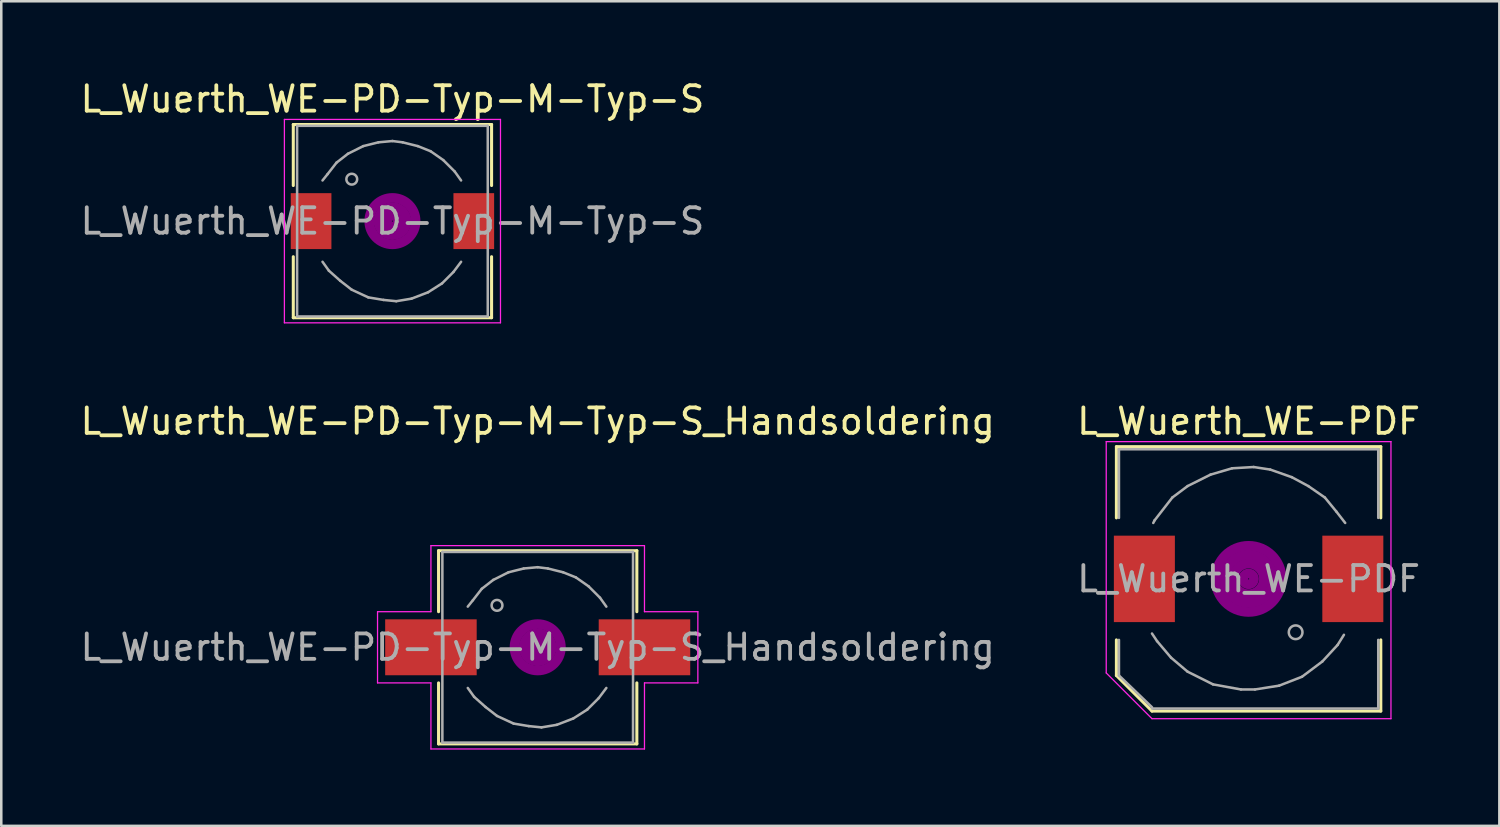
<source format=kicad_pcb>
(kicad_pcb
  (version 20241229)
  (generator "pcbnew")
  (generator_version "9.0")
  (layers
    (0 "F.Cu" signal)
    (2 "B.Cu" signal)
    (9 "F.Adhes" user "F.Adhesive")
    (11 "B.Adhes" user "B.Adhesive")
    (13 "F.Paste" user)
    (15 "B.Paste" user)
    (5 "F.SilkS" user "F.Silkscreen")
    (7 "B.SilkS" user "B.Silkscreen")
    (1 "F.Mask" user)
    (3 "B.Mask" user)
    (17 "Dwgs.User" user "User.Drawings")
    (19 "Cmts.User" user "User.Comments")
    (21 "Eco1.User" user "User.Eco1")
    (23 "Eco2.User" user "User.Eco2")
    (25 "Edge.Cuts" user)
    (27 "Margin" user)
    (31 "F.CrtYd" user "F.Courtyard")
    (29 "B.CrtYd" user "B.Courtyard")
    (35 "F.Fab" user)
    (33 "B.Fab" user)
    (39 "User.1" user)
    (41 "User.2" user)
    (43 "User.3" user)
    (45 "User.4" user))
  (footprint "L_Wuerth_WE-PD-Typ-M-Typ-S"
    (layer "F.Cu")
    (at 12.387 5.648)
    (property "Reference" "L_Wuerth_WE-PD-Typ-M-Typ-S" (at 0 -4.8 0) (layer "F.SilkS") (effects (font (size 1 1) (thickness 0.15))))
    (attr smd)
    (fp_line (start -3.9 -1.4) (end -3.9 -3.8) (stroke (width 0.12) (type solid)) (layer "F.SilkS"))
    (fp_line (start -3.9 1.4) (end -3.9 3.8) (stroke (width 0.12) (type solid)) (layer "F.SilkS"))
    (fp_line (start -3.9 3.8) (end 3.9 3.8) (stroke (width 0.12) (type solid)) (layer "F.SilkS"))
    (fp_line (start 3.9 -3.8) (end -3.9 -3.8) (stroke (width 0.12) (type solid)) (layer "F.SilkS"))
    (fp_line (start 3.9 -1.4) (end 3.9 -3.8) (stroke (width 0.12) (type solid)) (layer "F.SilkS"))
    (fp_line (start 3.9 3.8) (end 3.9 1.4) (stroke (width 0.12) (type solid)) (layer "F.SilkS"))
    (fp_circle (center 0 0) (end 0.15 0.15) (stroke (width 0.38) (type solid)) (fill no) (layer "F.Adhes"))
    (fp_circle (center 0 0) (end 0.55 0.05) (stroke (width 0.38) (type solid)) (fill no) (layer "F.Adhes"))
    (fp_circle (center 0 0) (end 0.9 0.15) (stroke (width 0.38) (type solid)) (fill no) (layer "F.Adhes"))
    (fp_line (start -4.25 -4) (end 4.25 -4) (stroke (width 0.05) (type solid)) (layer "F.CrtYd"))
    (fp_line (start -4.25 4) (end -4.25 -4) (stroke (width 0.05) (type solid)) (layer "F.CrtYd"))
    (fp_line (start 4.25 -4) (end 4.25 4) (stroke (width 0.05) (type solid)) (layer "F.CrtYd"))
    (fp_line (start 4.25 4) (end -4.25 4) (stroke (width 0.05) (type solid)) (layer "F.CrtYd"))
    (fp_line (start -3.75 -3.75) (end -3.75 3.75) (stroke (width 0.1) (type solid)) (layer "F.Fab"))
    (fp_line (start -3.75 3.75) (end 3.75 3.75) (stroke (width 0.1) (type solid)) (layer "F.Fab"))
    (fp_line (start -2.75 1.6) (end -2.5 1.95) (stroke (width 0.1) (type solid)) (layer "F.Fab"))
    (fp_line (start -2.55 -1.85) (end -2.75 -1.6) (stroke (width 0.1) (type solid)) (layer "F.Fab"))
    (fp_line (start -2.5 1.95) (end -2.05 2.35) (stroke (width 0.1) (type solid)) (layer "F.Fab"))
    (fp_line (start -2.2 -2.3) (end -2.55 -1.85) (stroke (width 0.1) (type solid)) (layer "F.Fab"))
    (fp_line (start -2.05 2.35) (end -1.6 2.7) (stroke (width 0.1) (type solid)) (layer "F.Fab"))
    (fp_line (start -1.75 -2.65) (end -2.2 -2.3) (stroke (width 0.1) (type solid)) (layer "F.Fab"))
    (fp_line (start -1.6 2.7) (end -0.95 3) (stroke (width 0.1) (type solid)) (layer "F.Fab"))
    (fp_line (start -1.15 -2.95) (end -1.75 -2.65) (stroke (width 0.1) (type solid)) (layer "F.Fab"))
    (fp_line (start -0.95 3) (end -0.35 3.1) (stroke (width 0.1) (type solid)) (layer "F.Fab"))
    (fp_line (start -0.55 -3.1) (end -1.15 -2.95) (stroke (width 0.1) (type solid)) (layer "F.Fab"))
    (fp_line (start -0.35 3.1) (end 0.15 3.15) (stroke (width 0.1) (type solid)) (layer "F.Fab"))
    (fp_line (start 0 -3.15) (end -0.55 -3.1) (stroke (width 0.1) (type solid)) (layer "F.Fab"))
    (fp_line (start 0.15 3.15) (end 0.75 3.05) (stroke (width 0.1) (type solid)) (layer "F.Fab"))
    (fp_line (start 0.4 -3.1) (end 0 -3.15) (stroke (width 0.1) (type solid)) (layer "F.Fab"))
    (fp_line (start 0.75 3.05) (end 1.4 2.8) (stroke (width 0.1) (type solid)) (layer "F.Fab"))
    (fp_line (start 1 -2.95) (end 0.4 -3.1) (stroke (width 0.1) (type solid)) (layer "F.Fab"))
    (fp_line (start 1.4 2.8) (end 1.95 2.45) (stroke (width 0.1) (type solid)) (layer "F.Fab"))
    (fp_line (start 1.5 -2.75) (end 1 -2.95) (stroke (width 0.1) (type solid)) (layer "F.Fab"))
    (fp_line (start 1.95 2.45) (end 2.4 2) (stroke (width 0.1) (type solid)) (layer "F.Fab"))
    (fp_line (start 2 -2.4) (end 1.5 -2.75) (stroke (width 0.1) (type solid)) (layer "F.Fab"))
    (fp_line (start 2.4 2) (end 2.7 1.6) (stroke (width 0.1) (type solid)) (layer "F.Fab"))
    (fp_line (start 2.45 -1.95) (end 2 -2.4) (stroke (width 0.1) (type solid)) (layer "F.Fab"))
    (fp_line (start 2.7 -1.6) (end 2.45 -1.95) (stroke (width 0.1) (type solid)) (layer "F.Fab"))
    (fp_line (start 3.75 -3.75) (end -3.75 -3.75) (stroke (width 0.1) (type solid)) (layer "F.Fab"))
    (fp_line (start 3.75 3.75) (end 3.75 -3.75) (stroke (width 0.1) (type solid)) (layer "F.Fab"))
    (fp_circle (center -1.6 -1.65) (end -1.45 -1.5) (stroke (width 0.1) (type solid)) (fill no) (layer "F.Fab"))
    (fp_text user "${REFERENCE}" (at 0 0 0) (layer "F.Fab") (effects (font (size 1 1) (thickness 0.15))))
    (pad "1" smd rect (at -3.2 0) (size 1.6 2.2) (layers "F.Cu" "F.Mask" "F.Paste"))
    (pad "2" smd rect (at 3.2 0) (size 1.6 2.2) (layers "F.Cu" "F.Mask" "F.Paste")))
  (footprint "L_Wuerth_WE-PDF"
    (layer "F.Cu")
    (at 46.065 19.721)
    (property "Reference" "L_Wuerth_WE-PDF" (at 0 -6.2 0) (layer "F.SilkS") (effects (font (size 1 1) (thickness 0.15))))
    (attr smd)
    (fp_line (start -5.2 -5.2) (end 5.2 -5.2) (stroke (width 0.12) (type solid)) (layer "F.SilkS"))
    (fp_line (start -5.2 -2.4) (end -5.2 -5.2) (stroke (width 0.12) (type solid)) (layer "F.SilkS"))
    (fp_line (start -5.2 3.8) (end -5.2 2.4) (stroke (width 0.12) (type solid)) (layer "F.SilkS"))
    (fp_line (start -3.8 5.2) (end -5.2 3.8) (stroke (width 0.12) (type solid)) (layer "F.SilkS"))
    (fp_line (start 5.2 -5.2) (end 5.2 -2.4) (stroke (width 0.12) (type solid)) (layer "F.SilkS"))
    (fp_line (start 5.2 2.4) (end 5.2 5.2) (stroke (width 0.12) (type solid)) (layer "F.SilkS"))
    (fp_line (start 5.2 5.2) (end -3.8 5.2) (stroke (width 0.12) (type solid)) (layer "F.SilkS"))
    (fp_circle (center 0 0) (end 0.15 0.15) (stroke (width 0.38) (type solid)) (fill no) (layer "F.Adhes"))
    (fp_circle (center 0 0) (end 0.6 0.05) (stroke (width 0.38) (type solid)) (fill no) (layer "F.Adhes"))
    (fp_circle (center 0 0) (end 0.95 0) (stroke (width 0.38) (type solid)) (fill no) (layer "F.Adhes"))
    (fp_circle (center 0 0) (end 1.3 0.05) (stroke (width 0.38) (type solid)) (fill no) (layer "F.Adhes"))
    (fp_line (start -5.6 -5.4) (end 5.6 -5.4) (stroke (width 0.05) (type solid)) (layer "F.CrtYd"))
    (fp_line (start -5.6 3.7) (end -5.6 -5.4) (stroke (width 0.05) (type solid)) (layer "F.CrtYd"))
    (fp_line (start -3.8 5.5) (end -5.6 3.7) (stroke (width 0.05) (type solid)) (layer "F.CrtYd"))
    (fp_line (start 5.6 -5.4) (end 5.6 5.5) (stroke (width 0.05) (type solid)) (layer "F.CrtYd"))
    (fp_line (start 5.6 5.5) (end -3.8 5.5) (stroke (width 0.05) (type solid)) (layer "F.CrtYd"))
    (fp_line (start -5.1 -5.1) (end -5.1 -2.4) (stroke (width 0.1) (type solid)) (layer "F.Fab"))
    (fp_line (start -5.1 2.4) (end -5.1 3.8) (stroke (width 0.1) (type solid)) (layer "F.Fab"))
    (fp_line (start -5.1 3.8) (end -3.8 5.05) (stroke (width 0.1) (type solid)) (layer "F.Fab"))
    (fp_line (start -3.8 2.15) (end -3.6 2.45) (stroke (width 0.1) (type solid)) (layer "F.Fab"))
    (fp_line (start -3.7 -2.3) (end -3.75 -2.2) (stroke (width 0.1) (type solid)) (layer "F.Fab"))
    (fp_line (start -3.6 2.45) (end -3.05 3.1) (stroke (width 0.1) (type solid)) (layer "F.Fab"))
    (fp_line (start -3.05 3.1) (end -2.4 3.65) (stroke (width 0.1) (type solid)) (layer "F.Fab"))
    (fp_line (start -3 -3.2) (end -3.7 -2.3) (stroke (width 0.1) (type solid)) (layer "F.Fab"))
    (fp_line (start -2.4 -3.65) (end -3 -3.2) (stroke (width 0.1) (type solid)) (layer "F.Fab"))
    (fp_line (start -2.4 3.65) (end -1.4 4.15) (stroke (width 0.1) (type solid)) (layer "F.Fab"))
    (fp_line (start -1.5 -4.1) (end -2.4 -3.65) (stroke (width 0.1) (type solid)) (layer "F.Fab"))
    (fp_line (start -1.4 4.15) (end -0.3 4.35) (stroke (width 0.1) (type solid)) (layer "F.Fab"))
    (fp_line (start -0.65 -4.35) (end -1.5 -4.1) (stroke (width 0.1) (type solid)) (layer "F.Fab"))
    (fp_line (start -0.3 4.35) (end 0.25 4.35) (stroke (width 0.1) (type solid)) (layer "F.Fab"))
    (fp_line (start 0.2 -4.4) (end -0.65 -4.35) (stroke (width 0.1) (type solid)) (layer "F.Fab"))
    (fp_line (start 0.25 4.35) (end 1.2 4.2) (stroke (width 0.1) (type solid)) (layer "F.Fab"))
    (fp_line (start 0.85 -4.3) (end 0.2 -4.4) (stroke (width 0.1) (type solid)) (layer "F.Fab"))
    (fp_line (start 1.2 4.2) (end 2.1 3.85) (stroke (width 0.1) (type solid)) (layer "F.Fab"))
    (fp_line (start 1.7 -4) (end 0.85 -4.3) (stroke (width 0.1) (type solid)) (layer "F.Fab"))
    (fp_line (start 2.1 3.85) (end 2.9 3.25) (stroke (width 0.1) (type solid)) (layer "F.Fab"))
    (fp_line (start 2.35 -3.65) (end 1.7 -4) (stroke (width 0.1) (type solid)) (layer "F.Fab"))
    (fp_line (start 2.9 3.25) (end 3.5 2.6) (stroke (width 0.1) (type solid)) (layer "F.Fab"))
    (fp_line (start 3 -3.2) (end 2.35 -3.65) (stroke (width 0.1) (type solid)) (layer "F.Fab"))
    (fp_line (start 3.45 -2.65) (end 3 -3.2) (stroke (width 0.1) (type solid)) (layer "F.Fab"))
    (fp_line (start 3.5 2.6) (end 3.75 2.2) (stroke (width 0.1) (type solid)) (layer "F.Fab"))
    (fp_line (start 3.8 -2.2) (end 3.45 -2.65) (stroke (width 0.1) (type solid)) (layer "F.Fab"))
    (fp_line (start 5.1 -5.1) (end -5.1 -5.1) (stroke (width 0.1) (type solid)) (layer "F.Fab"))
    (fp_line (start 5.1 -5.1) (end 5.1 -2.4) (stroke (width 0.1) (type solid)) (layer "F.Fab"))
    (fp_line (start 5.1 5.1) (end -3.8 5.1) (stroke (width 0.1) (type solid)) (layer "F.Fab"))
    (fp_line (start 5.1 5.1) (end 5.1 2.4) (stroke (width 0.1) (type solid)) (layer "F.Fab"))
    (fp_circle (center 1.85 2.1) (end 2.1 2.2) (stroke (width 0.1) (type solid)) (fill no) (layer "F.Fab"))
    (fp_text user "${REFERENCE}" (at 0 0 0) (layer "F.Fab") (effects (font (size 1 1) (thickness 0.15))))
    (pad "1" smd rect (at -4.1 0) (size 2.4 3.4) (layers "F.Cu" "F.Mask" "F.Paste"))
    (pad "2" smd rect (at 4.1 0) (size 2.4 3.4) (layers "F.Cu" "F.Mask" "F.Paste")))
  (footprint "L_Wuerth_WE-PD-Typ-M-Typ-S_Handsoldering"
    (layer "F.Cu")
    (at 18.101 22.412)
    (property "Reference" "L_Wuerth_WE-PD-Typ-M-Typ-S_Handsoldering" (at 0 -8.89 0) (layer "F.SilkS") (effects (font (size 1 1) (thickness 0.15))))
    (attr smd)
    (fp_line (start -3.9 -1.4) (end -3.9 -3.8) (stroke (width 0.12) (type solid)) (layer "F.SilkS"))
    (fp_line (start -3.9 1.4) (end -3.9 3.8) (stroke (width 0.12) (type solid)) (layer "F.SilkS"))
    (fp_line (start -3.9 3.8) (end 3.9 3.8) (stroke (width 0.12) (type solid)) (layer "F.SilkS"))
    (fp_line (start 3.9 -3.8) (end -3.9 -3.8) (stroke (width 0.12) (type solid)) (layer "F.SilkS"))
    (fp_line (start 3.9 -1.4) (end 3.9 -3.8) (stroke (width 0.12) (type solid)) (layer "F.SilkS"))
    (fp_line (start 3.9 3.8) (end 3.9 1.4) (stroke (width 0.12) (type solid)) (layer "F.SilkS"))
    (fp_circle (center 0 0) (end 0.15 0.15) (stroke (width 0.38) (type solid)) (fill no) (layer "F.Adhes"))
    (fp_circle (center 0 0) (end 0.55 0.05) (stroke (width 0.38) (type solid)) (fill no) (layer "F.Adhes"))
    (fp_circle (center 0 0) (end 0.9 0.15) (stroke (width 0.38) (type solid)) (fill no) (layer "F.Adhes"))
    (fp_line (start -6.3 -1.4) (end -6.3 1.4) (stroke (width 0.05) (type solid)) (layer "F.CrtYd"))
    (fp_line (start -6.3 1.4) (end -4.2 1.4) (stroke (width 0.05) (type solid)) (layer "F.CrtYd"))
    (fp_line (start -4.2 -4) (end -4.2 -1.4) (stroke (width 0.05) (type solid)) (layer "F.CrtYd"))
    (fp_line (start -4.2 -1.4) (end -6.3 -1.4) (stroke (width 0.05) (type solid)) (layer "F.CrtYd"))
    (fp_line (start -4.2 1.4) (end -4.2 4) (stroke (width 0.05) (type solid)) (layer "F.CrtYd"))
    (fp_line (start -4.2 4) (end 4.2 4) (stroke (width 0.05) (type solid)) (layer "F.CrtYd"))
    (fp_line (start 4.2 -4) (end -4.2 -4) (stroke (width 0.05) (type solid)) (layer "F.CrtYd"))
    (fp_line (start 4.2 -1.4) (end 4.2 -4) (stroke (width 0.05) (type solid)) (layer "F.CrtYd"))
    (fp_line (start 4.2 1.4) (end 6.3 1.4) (stroke (width 0.05) (type solid)) (layer "F.CrtYd"))
    (fp_line (start 4.2 4) (end 4.2 1.4) (stroke (width 0.05) (type solid)) (layer "F.CrtYd"))
    (fp_line (start 6.3 -1.4) (end 4.2 -1.4) (stroke (width 0.05) (type solid)) (layer "F.CrtYd"))
    (fp_line (start 6.3 1.4) (end 6.3 -1.4) (stroke (width 0.05) (type solid)) (layer "F.CrtYd"))
    (fp_line (start -3.75 -3.75) (end -3.75 3.75) (stroke (width 0.1) (type solid)) (layer "F.Fab"))
    (fp_line (start -3.75 3.75) (end 3.75 3.75) (stroke (width 0.1) (type solid)) (layer "F.Fab"))
    (fp_line (start -2.75 1.6) (end -2.5 1.95) (stroke (width 0.1) (type solid)) (layer "F.Fab"))
    (fp_line (start -2.55 -1.85) (end -2.75 -1.6) (stroke (width 0.1) (type solid)) (layer "F.Fab"))
    (fp_line (start -2.5 1.95) (end -2.05 2.35) (stroke (width 0.1) (type solid)) (layer "F.Fab"))
    (fp_line (start -2.2 -2.3) (end -2.55 -1.85) (stroke (width 0.1) (type solid)) (layer "F.Fab"))
    (fp_line (start -2.05 2.35) (end -1.6 2.7) (stroke (width 0.1) (type solid)) (layer "F.Fab"))
    (fp_line (start -1.75 -2.65) (end -2.2 -2.3) (stroke (width 0.1) (type solid)) (layer "F.Fab"))
    (fp_line (start -1.6 2.7) (end -0.95 3) (stroke (width 0.1) (type solid)) (layer "F.Fab"))
    (fp_line (start -1.15 -2.95) (end -1.75 -2.65) (stroke (width 0.1) (type solid)) (layer "F.Fab"))
    (fp_line (start -0.95 3) (end -0.35 3.1) (stroke (width 0.1) (type solid)) (layer "F.Fab"))
    (fp_line (start -0.55 -3.1) (end -1.15 -2.95) (stroke (width 0.1) (type solid)) (layer "F.Fab"))
    (fp_line (start -0.35 3.1) (end 0.15 3.15) (stroke (width 0.1) (type solid)) (layer "F.Fab"))
    (fp_line (start 0 -3.15) (end -0.55 -3.1) (stroke (width 0.1) (type solid)) (layer "F.Fab"))
    (fp_line (start 0.15 3.15) (end 0.75 3.05) (stroke (width 0.1) (type solid)) (layer "F.Fab"))
    (fp_line (start 0.4 -3.1) (end 0 -3.15) (stroke (width 0.1) (type solid)) (layer "F.Fab"))
    (fp_line (start 0.75 3.05) (end 1.4 2.8) (stroke (width 0.1) (type solid)) (layer "F.Fab"))
    (fp_line (start 1 -2.95) (end 0.4 -3.1) (stroke (width 0.1) (type solid)) (layer "F.Fab"))
    (fp_line (start 1.4 2.8) (end 1.95 2.45) (stroke (width 0.1) (type solid)) (layer "F.Fab"))
    (fp_line (start 1.5 -2.75) (end 1 -2.95) (stroke (width 0.1) (type solid)) (layer "F.Fab"))
    (fp_line (start 1.95 2.45) (end 2.4 2) (stroke (width 0.1) (type solid)) (layer "F.Fab"))
    (fp_line (start 2 -2.4) (end 1.5 -2.75) (stroke (width 0.1) (type solid)) (layer "F.Fab"))
    (fp_line (start 2.4 2) (end 2.7 1.6) (stroke (width 0.1) (type solid)) (layer "F.Fab"))
    (fp_line (start 2.45 -1.95) (end 2 -2.4) (stroke (width 0.1) (type solid)) (layer "F.Fab"))
    (fp_line (start 2.7 -1.6) (end 2.45 -1.95) (stroke (width 0.1) (type solid)) (layer "F.Fab"))
    (fp_line (start 3.75 -3.75) (end -3.75 -3.75) (stroke (width 0.1) (type solid)) (layer "F.Fab"))
    (fp_line (start 3.75 3.75) (end 3.75 -3.75) (stroke (width 0.1) (type solid)) (layer "F.Fab"))
    (fp_circle (center -1.6 -1.65) (end -1.45 -1.5) (stroke (width 0.1) (type solid)) (fill no) (layer "F.Fab"))
    (fp_text user "${REFERENCE}" (at 0 0 0) (layer "F.Fab") (effects (font (size 1 1) (thickness 0.15))))
    (pad "1" smd rect (at -4.2 0) (size 3.6 2.2) (layers "F.Cu" "F.Mask" "F.Paste"))
    (pad "2" smd rect (at 4.2 0) (size 3.6 2.2) (layers "F.Cu" "F.Mask" "F.Paste")))
  (gr_rect
    (start -3 -3)
    (end 55.929 29.436)
    (stroke (width 0.1) (type default))
    (fill no)
    (layer "Edge.Cuts")))
</source>
